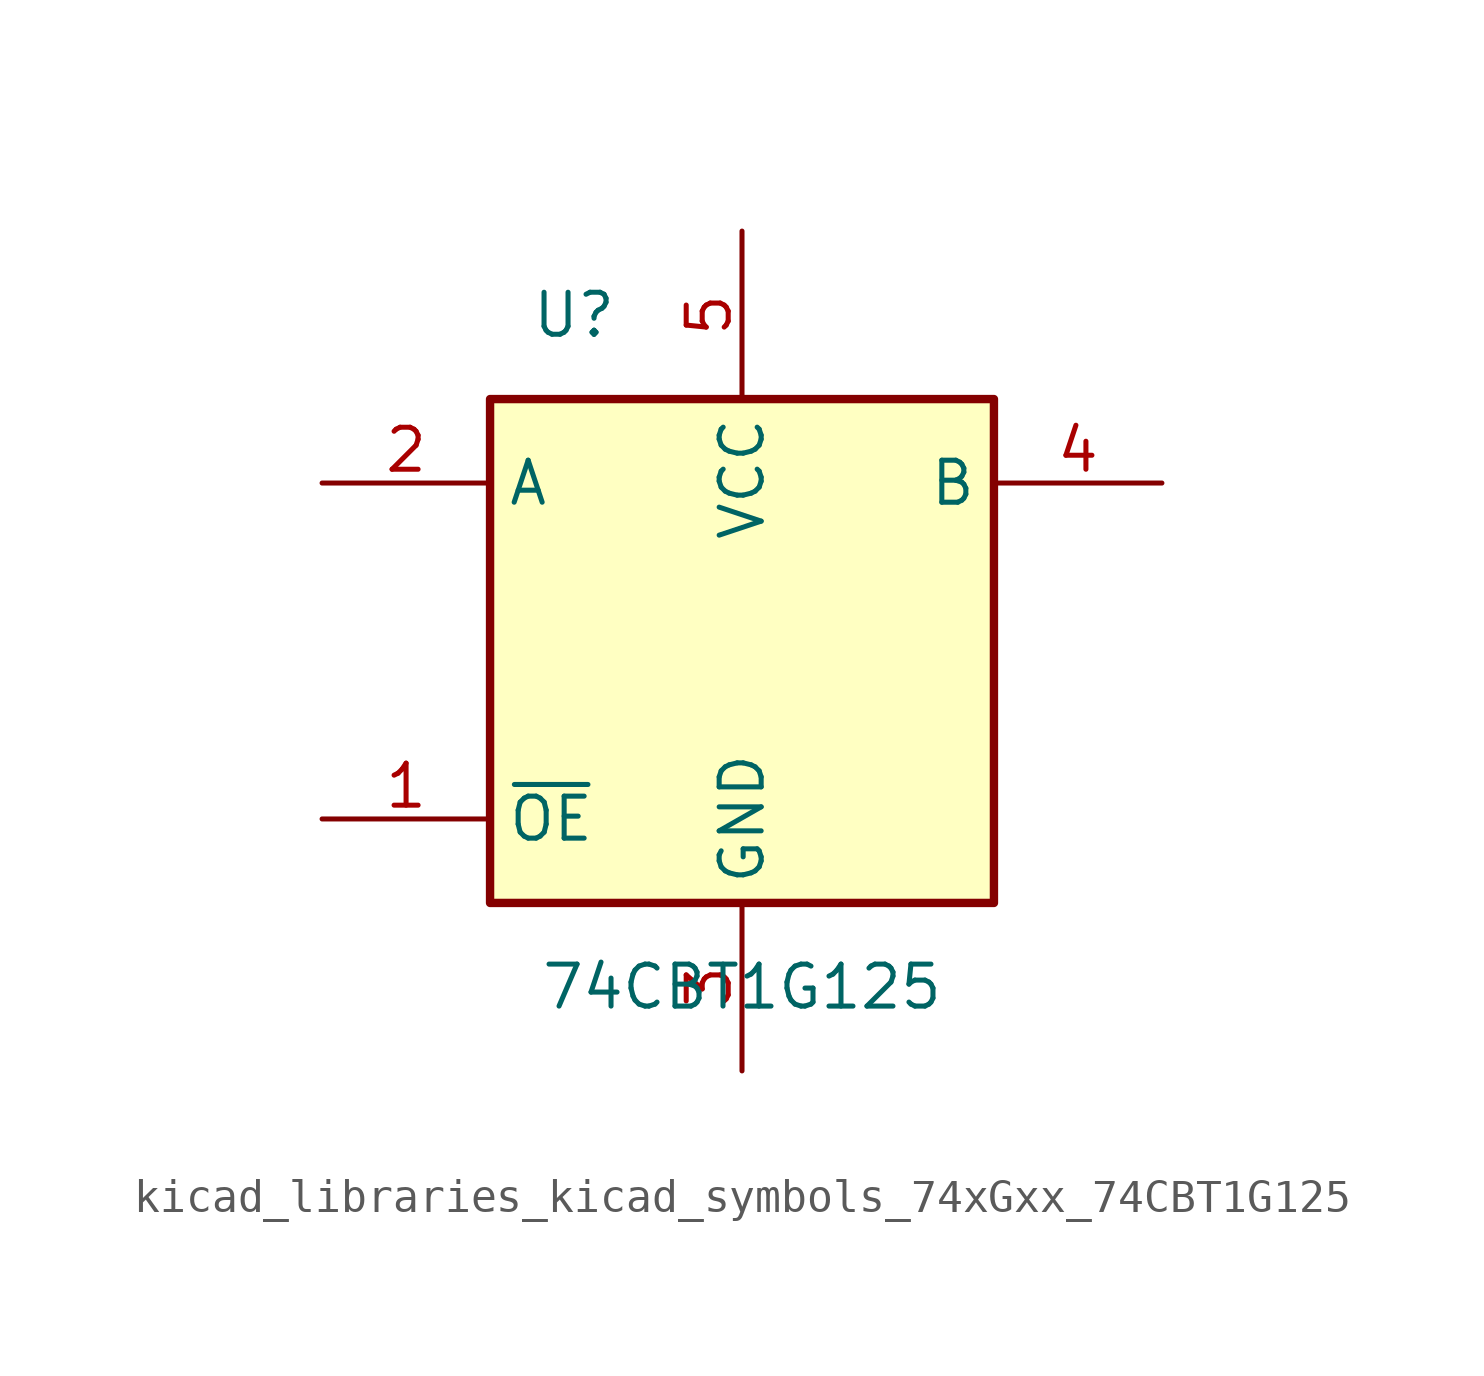
<source format=kicad_sym>
(kicad_symbol_lib
  (version 20220914)
  (generator kicad_symbol_editor)
  (symbol "kicad_libraries_kicad_symbols_74xGxx_74CBT1G125"
    (property "Reference" "U"
      (at -5.08 10.16 0)
      (effects (font (size 1.27 1.27))))
    (property "Value" "74CBT1G125"
      (at 0 -10.16 0)
      (effects (font (size 1.27 1.27))))
    (symbol "kicad_libraries_kicad_symbols_74xGxx_74CBT1G125_0_1"
      (rectangle (start -7.62 7.62) (end 7.62 -7.62) (stroke (width 0.254) (type default)) (fill (type background))))
    (symbol "kicad_libraries_kicad_symbols_74xGxx_74CBT1G125_1_1"
      (pin input line (at -12.7 -5.08 0) (length 5.08) (name "~{OE}" (effects (font (size 1.27 1.27)))) (number "1" (effects (font (size 1.27 1.27)))))
      (pin input line (at -12.7 5.08 0) (length 5.08) (name "A" (effects (font (size 1.27 1.27)))) (number "2" (effects (font (size 1.27 1.27)))))
      (pin power_in line (at 0 -12.7 90) (length 5.08) (name "GND" (effects (font (size 1.27 1.27)))) (number "3" (effects (font (size 1.27 1.27)))))
      (pin tri_state line (at 12.7 5.08 180) (length 5.08) (name "B" (effects (font (size 1.27 1.27)))) (number "4" (effects (font (size 1.27 1.27)))))
      (pin power_in line (at 0 12.7 270) (length 5.08) (name "VCC" (effects (font (size 1.27 1.27)))) (number "5" (effects (font (size 1.27 1.27))))))))
</source>
